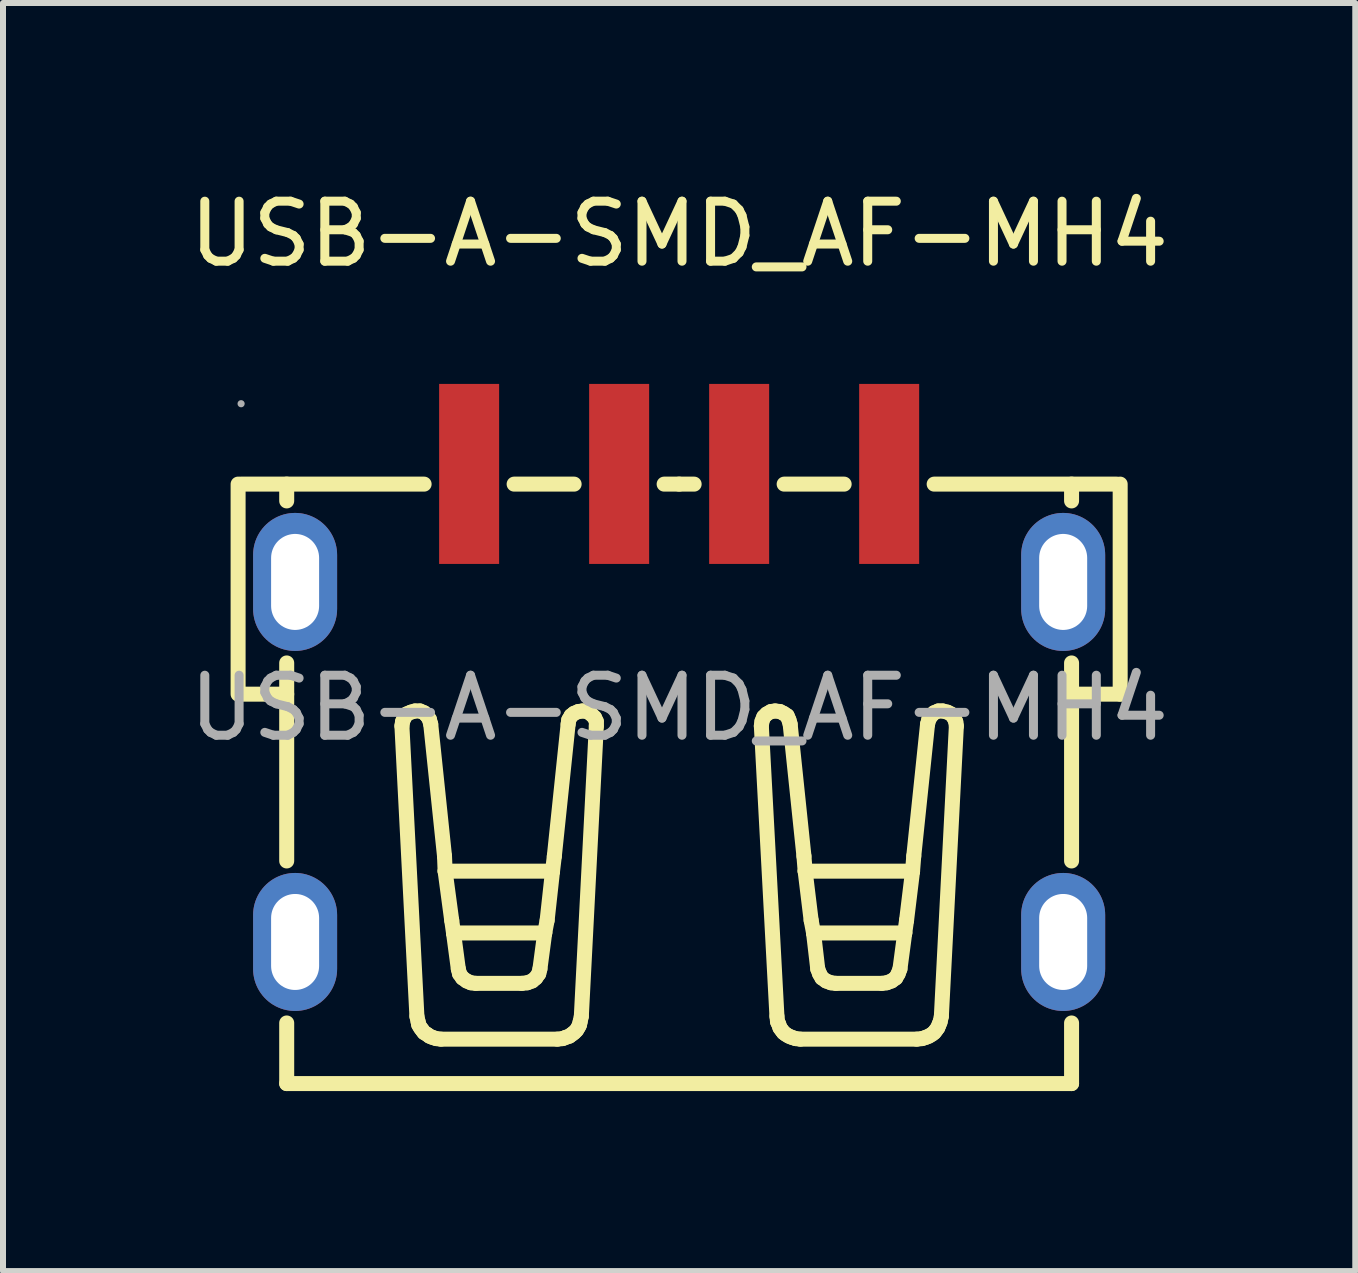
<source format=kicad_pcb>
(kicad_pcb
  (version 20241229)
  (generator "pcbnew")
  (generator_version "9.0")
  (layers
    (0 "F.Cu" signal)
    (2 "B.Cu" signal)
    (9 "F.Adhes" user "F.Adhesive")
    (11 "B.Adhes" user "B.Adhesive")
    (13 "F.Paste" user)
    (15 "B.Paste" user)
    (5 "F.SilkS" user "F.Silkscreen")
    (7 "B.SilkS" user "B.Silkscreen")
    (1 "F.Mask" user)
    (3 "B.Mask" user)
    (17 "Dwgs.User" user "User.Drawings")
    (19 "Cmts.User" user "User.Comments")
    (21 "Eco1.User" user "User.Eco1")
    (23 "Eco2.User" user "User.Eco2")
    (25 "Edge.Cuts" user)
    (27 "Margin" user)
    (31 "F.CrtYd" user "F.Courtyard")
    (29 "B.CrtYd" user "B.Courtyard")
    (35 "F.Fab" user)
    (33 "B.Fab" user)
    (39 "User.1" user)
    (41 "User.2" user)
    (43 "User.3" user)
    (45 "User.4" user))
  (footprint "USB-A-SMD_AF-MH4"
    (layer "F.Cu")
    (at 8.268 8.748)
    (property "Reference" "USB-A-SMD_AF-MH4" (at 0 -7.9 0) (layer "F.SilkS") (effects (font (size 1 1) (thickness 0.15))))
    (attr smd)
    (fp_line (start -7.35 -3.73) (end -7.35 -0.23) (stroke (width 0.25) (type solid)) (layer "F.SilkS"))
    (fp_line (start -6.54 -3.45) (end -6.54 -3.73) (stroke (width 0.25) (type solid)) (layer "F.SilkS"))
    (fp_line (start -6.54 -0.23) (end -7.3 -0.23) (stroke (width 0.25) (type solid)) (layer "F.SilkS"))
    (fp_line (start -6.54 2.55) (end -6.54 -0.75) (stroke (width 0.25) (type solid)) (layer "F.SilkS"))
    (fp_line (start -6.54 6.26) (end -6.54 5.25) (stroke (width 0.25) (type solid)) (layer "F.SilkS"))
    (fp_line (start -4.62 0.3) (end -4.61 0.23) (stroke (width 0.25) (type solid)) (layer "F.SilkS"))
    (fp_line (start -4.61 0.23) (end -4.58 0.16) (stroke (width 0.25) (type solid)) (layer "F.SilkS"))
    (fp_line (start -4.58 0.16) (end -4.54 0.1) (stroke (width 0.25) (type solid)) (layer "F.SilkS"))
    (fp_line (start -4.54 0.1) (end -4.47 0.07) (stroke (width 0.25) (type solid)) (layer "F.SilkS"))
    (fp_line (start -4.47 0.07) (end -4.4 0.05) (stroke (width 0.25) (type solid)) (layer "F.SilkS"))
    (fp_line (start -4.4 0.05) (end -4.32 0.05) (stroke (width 0.25) (type solid)) (layer "F.SilkS"))
    (fp_line (start -4.37 5.14) (end -4.62 0.3) (stroke (width 0.25) (type solid)) (layer "F.SilkS"))
    (fp_line (start -4.35 5.23) (end -4.37 5.14) (stroke (width 0.25) (type solid)) (layer "F.SilkS"))
    (fp_line (start -4.34 5.28) (end -4.35 5.23) (stroke (width 0.25) (type solid)) (layer "F.SilkS"))
    (fp_line (start -4.32 0.05) (end -4.25 0.08) (stroke (width 0.25) (type solid)) (layer "F.SilkS"))
    (fp_line (start -4.31 5.33) (end -4.34 5.28) (stroke (width 0.25) (type solid)) (layer "F.SilkS"))
    (fp_line (start -4.28 5.37) (end -4.31 5.33) (stroke (width 0.25) (type solid)) (layer "F.SilkS"))
    (fp_line (start -4.25 -3.73) (end -7.3 -3.73) (stroke (width 0.25) (type solid)) (layer "F.SilkS"))
    (fp_line (start -4.25 0.08) (end -4.2 0.13) (stroke (width 0.25) (type solid)) (layer "F.SilkS"))
    (fp_line (start -4.25 5.41) (end -4.28 5.37) (stroke (width 0.25) (type solid)) (layer "F.SilkS"))
    (fp_line (start -4.2 0.13) (end -4.16 0.19) (stroke (width 0.25) (type solid)) (layer "F.SilkS"))
    (fp_line (start -4.2 5.44) (end -4.25 5.41) (stroke (width 0.25) (type solid)) (layer "F.SilkS"))
    (fp_line (start -4.16 0.2) (end -4.14 0.27) (stroke (width 0.25) (type solid)) (layer "F.SilkS"))
    (fp_line (start -4.16 5.47) (end -4.2 5.44) (stroke (width 0.25) (type solid)) (layer "F.SilkS"))
    (fp_line (start -4.14 0.27) (end -3.91 2.47) (stroke (width 0.25) (type solid)) (layer "F.SilkS"))
    (fp_line (start -4.11 5.49) (end -4.16 5.47) (stroke (width 0.25) (type solid)) (layer "F.SilkS"))
    (fp_line (start -4.05 5.51) (end -4.11 5.49) (stroke (width 0.25) (type solid)) (layer "F.SilkS"))
    (fp_line (start -3.97 5.52) (end -4.05 5.51) (stroke (width 0.25) (type solid)) (layer "F.SilkS"))
    (fp_line (start -3.91 2.47) (end -3.9 2.72) (stroke (width 0.25) (type solid)) (layer "F.SilkS"))
    (fp_line (start -3.9 2.72) (end -3.79 3.54) (stroke (width 0.25) (type solid)) (layer "F.SilkS"))
    (fp_line (start -3.79 3.54) (end -3.76 3.75) (stroke (width 0.25) (type solid)) (layer "F.SilkS"))
    (fp_line (start -3.76 3.75) (end -3.68 4.35) (stroke (width 0.25) (type solid)) (layer "F.SilkS"))
    (fp_line (start -3.76 3.75) (end -2.24 3.75) (stroke (width 0.25) (type solid)) (layer "F.SilkS"))
    (fp_line (start -3.66 4.43) (end -3.68 4.35) (stroke (width 0.25) (type solid)) (layer "F.SilkS"))
    (fp_line (start -3.61 4.5) (end -3.66 4.43) (stroke (width 0.25) (type solid)) (layer "F.SilkS"))
    (fp_line (start -3.54 4.55) (end -3.61 4.5) (stroke (width 0.25) (type solid)) (layer "F.SilkS"))
    (fp_line (start -3.47 4.58) (end -3.54 4.55) (stroke (width 0.25) (type solid)) (layer "F.SilkS"))
    (fp_line (start -3.39 4.59) (end -3.47 4.58) (stroke (width 0.25) (type solid)) (layer "F.SilkS"))
    (fp_line (start -2.62 4.59) (end -3.39 4.59) (stroke (width 0.25) (type solid)) (layer "F.SilkS"))
    (fp_line (start -2.53 4.58) (end -2.62 4.59) (stroke (width 0.25) (type solid)) (layer "F.SilkS"))
    (fp_line (start -2.45 4.55) (end -2.53 4.58) (stroke (width 0.25) (type solid)) (layer "F.SilkS"))
    (fp_line (start -2.39 4.5) (end -2.45 4.55) (stroke (width 0.25) (type solid)) (layer "F.SilkS"))
    (fp_line (start -2.34 4.43) (end -2.39 4.5) (stroke (width 0.25) (type solid)) (layer "F.SilkS"))
    (fp_line (start -2.32 4.35) (end -2.34 4.43) (stroke (width 0.25) (type solid)) (layer "F.SilkS"))
    (fp_line (start -2.24 3.75) (end -2.32 4.35) (stroke (width 0.25) (type solid)) (layer "F.SilkS"))
    (fp_line (start -2.24 3.75) (end -2.2 3.54) (stroke (width 0.25) (type solid)) (layer "F.SilkS"))
    (fp_line (start -2.11 2.72) (end -3.9 2.72) (stroke (width 0.25) (type solid)) (layer "F.SilkS"))
    (fp_line (start -2.11 2.72) (end -2.2 3.54) (stroke (width 0.25) (type solid)) (layer "F.SilkS"))
    (fp_line (start -2.11 2.72) (end -2.08 2.47) (stroke (width 0.25) (type solid)) (layer "F.SilkS"))
    (fp_line (start -2.08 2.47) (end -1.85 0.27) (stroke (width 0.25) (type solid)) (layer "F.SilkS"))
    (fp_line (start -2.03 5.52) (end -3.97 5.52) (stroke (width 0.25) (type solid)) (layer "F.SilkS"))
    (fp_line (start -1.94 5.51) (end -2.03 5.52) (stroke (width 0.25) (type solid)) (layer "F.SilkS"))
    (fp_line (start -1.89 5.49) (end -1.94 5.51) (stroke (width 0.25) (type solid)) (layer "F.SilkS"))
    (fp_line (start -1.85 0.27) (end -1.84 0.2) (stroke (width 0.25) (type solid)) (layer "F.SilkS"))
    (fp_line (start -1.84 0.2) (end -1.8 0.13) (stroke (width 0.25) (type solid)) (layer "F.SilkS"))
    (fp_line (start -1.83 5.47) (end -1.89 5.49) (stroke (width 0.25) (type solid)) (layer "F.SilkS"))
    (fp_line (start -1.8 0.13) (end -1.75 0.09) (stroke (width 0.25) (type solid)) (layer "F.SilkS"))
    (fp_line (start -1.79 5.44) (end -1.83 5.47) (stroke (width 0.25) (type solid)) (layer "F.SilkS"))
    (fp_line (start -1.75 -3.73) (end -2.75 -3.73) (stroke (width 0.25) (type solid)) (layer "F.SilkS"))
    (fp_line (start -1.75 0.09) (end -1.68 0.06) (stroke (width 0.25) (type solid)) (layer "F.SilkS"))
    (fp_line (start -1.75 5.41) (end -1.79 5.44) (stroke (width 0.25) (type solid)) (layer "F.SilkS"))
    (fp_line (start -1.71 5.37) (end -1.75 5.41) (stroke (width 0.25) (type solid)) (layer "F.SilkS"))
    (fp_line (start -1.68 0.06) (end -1.61 0.05) (stroke (width 0.25) (type solid)) (layer "F.SilkS"))
    (fp_line (start -1.68 5.32) (end -1.71 5.37) (stroke (width 0.25) (type solid)) (layer "F.SilkS"))
    (fp_line (start -1.66 5.28) (end -1.68 5.32) (stroke (width 0.25) (type solid)) (layer "F.SilkS"))
    (fp_line (start -1.65 5.23) (end -1.66 5.28) (stroke (width 0.25) (type solid)) (layer "F.SilkS"))
    (fp_line (start -1.63 5.14) (end -1.65 5.23) (stroke (width 0.25) (type solid)) (layer "F.SilkS"))
    (fp_line (start -1.61 0.05) (end -1.53 0.06) (stroke (width 0.25) (type solid)) (layer "F.SilkS"))
    (fp_line (start -1.53 0.06) (end -1.47 0.1) (stroke (width 0.25) (type solid)) (layer "F.SilkS"))
    (fp_line (start -1.47 0.1) (end -1.41 0.16) (stroke (width 0.25) (type solid)) (layer "F.SilkS"))
    (fp_line (start -1.41 0.16) (end -1.38 0.22) (stroke (width 0.25) (type solid)) (layer "F.SilkS"))
    (fp_line (start -1.38 0.23) (end -1.38 0.3) (stroke (width 0.25) (type solid)) (layer "F.SilkS"))
    (fp_line (start -1.38 0.3) (end -1.63 5.14) (stroke (width 0.25) (type solid)) (layer "F.SilkS"))
    (fp_line (start 0 -3.73) (end -0.25 -3.73) (stroke (width 0.25) (type solid)) (layer "F.SilkS"))
    (fp_line (start 0 -3.73) (end 0.25 -3.73) (stroke (width 0.25) (type solid)) (layer "F.SilkS"))
    (fp_line (start 1.37 0.3) (end 1.63 5.14) (stroke (width 0.25) (type solid)) (layer "F.SilkS"))
    (fp_line (start 1.38 0.23) (end 1.37 0.3) (stroke (width 0.25) (type solid)) (layer "F.SilkS"))
    (fp_line (start 1.41 0.15) (end 1.38 0.22) (stroke (width 0.25) (type solid)) (layer "F.SilkS"))
    (fp_line (start 1.46 0.1) (end 1.41 0.15) (stroke (width 0.25) (type solid)) (layer "F.SilkS"))
    (fp_line (start 1.53 0.06) (end 1.46 0.1) (stroke (width 0.25) (type solid)) (layer "F.SilkS"))
    (fp_line (start 1.6 0.05) (end 1.53 0.06) (stroke (width 0.25) (type solid)) (layer "F.SilkS"))
    (fp_line (start 1.63 5.14) (end 1.64 5.23) (stroke (width 0.25) (type solid)) (layer "F.SilkS"))
    (fp_line (start 1.64 5.23) (end 1.66 5.27) (stroke (width 0.25) (type solid)) (layer "F.SilkS"))
    (fp_line (start 1.66 5.27) (end 1.68 5.33) (stroke (width 0.25) (type solid)) (layer "F.SilkS"))
    (fp_line (start 1.68 0.06) (end 1.6 0.05) (stroke (width 0.25) (type solid)) (layer "F.SilkS"))
    (fp_line (start 1.68 5.33) (end 1.71 5.37) (stroke (width 0.25) (type solid)) (layer "F.SilkS"))
    (fp_line (start 1.71 5.37) (end 1.74 5.41) (stroke (width 0.25) (type solid)) (layer "F.SilkS"))
    (fp_line (start 1.74 0.09) (end 1.68 0.06) (stroke (width 0.25) (type solid)) (layer "F.SilkS"))
    (fp_line (start 1.74 5.41) (end 1.78 5.44) (stroke (width 0.25) (type solid)) (layer "F.SilkS"))
    (fp_line (start 1.75 -3.73) (end 2.75 -3.73) (stroke (width 0.25) (type solid)) (layer "F.SilkS"))
    (fp_line (start 1.78 5.44) (end 1.83 5.47) (stroke (width 0.25) (type solid)) (layer "F.SilkS"))
    (fp_line (start 1.8 0.13) (end 1.74 0.09) (stroke (width 0.25) (type solid)) (layer "F.SilkS"))
    (fp_line (start 1.83 0.2) (end 1.8 0.13) (stroke (width 0.25) (type solid)) (layer "F.SilkS"))
    (fp_line (start 1.83 5.47) (end 1.88 5.49) (stroke (width 0.25) (type solid)) (layer "F.SilkS"))
    (fp_line (start 1.85 0.27) (end 1.83 0.2) (stroke (width 0.25) (type solid)) (layer "F.SilkS"))
    (fp_line (start 1.88 5.49) (end 1.94 5.51) (stroke (width 0.25) (type solid)) (layer "F.SilkS"))
    (fp_line (start 1.94 5.51) (end 2.02 5.52) (stroke (width 0.25) (type solid)) (layer "F.SilkS"))
    (fp_line (start 2.02 5.52) (end 3.96 5.52) (stroke (width 0.25) (type solid)) (layer "F.SilkS"))
    (fp_line (start 2.08 2.47) (end 1.85 0.27) (stroke (width 0.25) (type solid)) (layer "F.SilkS"))
    (fp_line (start 2.1 2.72) (end 2.08 2.47) (stroke (width 0.25) (type solid)) (layer "F.SilkS"))
    (fp_line (start 2.1 2.72) (end 2.2 3.54) (stroke (width 0.25) (type solid)) (layer "F.SilkS"))
    (fp_line (start 2.1 2.72) (end 3.89 2.72) (stroke (width 0.25) (type solid)) (layer "F.SilkS"))
    (fp_line (start 2.24 3.75) (end 2.2 3.54) (stroke (width 0.25) (type solid)) (layer "F.SilkS"))
    (fp_line (start 2.24 3.75) (end 2.31 4.35) (stroke (width 0.25) (type solid)) (layer "F.SilkS"))
    (fp_line (start 2.31 4.35) (end 2.34 4.43) (stroke (width 0.25) (type solid)) (layer "F.SilkS"))
    (fp_line (start 2.34 4.43) (end 2.38 4.5) (stroke (width 0.25) (type solid)) (layer "F.SilkS"))
    (fp_line (start 2.38 4.5) (end 2.45 4.55) (stroke (width 0.25) (type solid)) (layer "F.SilkS"))
    (fp_line (start 2.45 4.55) (end 2.53 4.58) (stroke (width 0.25) (type solid)) (layer "F.SilkS"))
    (fp_line (start 2.53 4.58) (end 2.61 4.59) (stroke (width 0.25) (type solid)) (layer "F.SilkS"))
    (fp_line (start 2.61 4.59) (end 3.38 4.59) (stroke (width 0.25) (type solid)) (layer "F.SilkS"))
    (fp_line (start 3.38 4.59) (end 3.46 4.58) (stroke (width 0.25) (type solid)) (layer "F.SilkS"))
    (fp_line (start 3.46 4.58) (end 3.54 4.55) (stroke (width 0.25) (type solid)) (layer "F.SilkS"))
    (fp_line (start 3.54 4.55) (end 3.61 4.5) (stroke (width 0.25) (type solid)) (layer "F.SilkS"))
    (fp_line (start 3.61 4.5) (end 3.65 4.43) (stroke (width 0.25) (type solid)) (layer "F.SilkS"))
    (fp_line (start 3.65 4.43) (end 3.68 4.35) (stroke (width 0.25) (type solid)) (layer "F.SilkS"))
    (fp_line (start 3.76 3.75) (end 2.24 3.75) (stroke (width 0.25) (type solid)) (layer "F.SilkS"))
    (fp_line (start 3.76 3.75) (end 3.68 4.35) (stroke (width 0.25) (type solid)) (layer "F.SilkS"))
    (fp_line (start 3.79 3.54) (end 3.76 3.75) (stroke (width 0.25) (type solid)) (layer "F.SilkS"))
    (fp_line (start 3.89 2.72) (end 3.79 3.54) (stroke (width 0.25) (type solid)) (layer "F.SilkS"))
    (fp_line (start 3.91 2.47) (end 3.89 2.72) (stroke (width 0.25) (type solid)) (layer "F.SilkS"))
    (fp_line (start 3.96 5.52) (end 4.05 5.51) (stroke (width 0.25) (type solid)) (layer "F.SilkS"))
    (fp_line (start 4.05 5.51) (end 4.11 5.49) (stroke (width 0.25) (type solid)) (layer "F.SilkS"))
    (fp_line (start 4.11 5.49) (end 4.16 5.47) (stroke (width 0.25) (type solid)) (layer "F.SilkS"))
    (fp_line (start 4.14 0.27) (end 3.91 2.47) (stroke (width 0.25) (type solid)) (layer "F.SilkS"))
    (fp_line (start 4.16 0.2) (end 4.14 0.27) (stroke (width 0.25) (type solid)) (layer "F.SilkS"))
    (fp_line (start 4.16 5.47) (end 4.21 5.44) (stroke (width 0.25) (type solid)) (layer "F.SilkS"))
    (fp_line (start 4.2 0.13) (end 4.16 0.19) (stroke (width 0.25) (type solid)) (layer "F.SilkS"))
    (fp_line (start 4.21 5.44) (end 4.25 5.41) (stroke (width 0.25) (type solid)) (layer "F.SilkS"))
    (fp_line (start 4.25 -3.73) (end 7.29 -3.73) (stroke (width 0.25) (type solid)) (layer "F.SilkS"))
    (fp_line (start 4.25 0.08) (end 4.2 0.13) (stroke (width 0.25) (type solid)) (layer "F.SilkS"))
    (fp_line (start 4.25 5.41) (end 4.28 5.37) (stroke (width 0.25) (type solid)) (layer "F.SilkS"))
    (fp_line (start 4.28 5.37) (end 4.31 5.33) (stroke (width 0.25) (type solid)) (layer "F.SilkS"))
    (fp_line (start 4.31 5.33) (end 4.33 5.28) (stroke (width 0.25) (type solid)) (layer "F.SilkS"))
    (fp_line (start 4.32 0.05) (end 4.25 0.08) (stroke (width 0.25) (type solid)) (layer "F.SilkS"))
    (fp_line (start 4.33 5.28) (end 4.35 5.23) (stroke (width 0.25) (type solid)) (layer "F.SilkS"))
    (fp_line (start 4.35 5.23) (end 4.37 5.14) (stroke (width 0.25) (type solid)) (layer "F.SilkS"))
    (fp_line (start 4.37 5.14) (end 4.62 0.3) (stroke (width 0.25) (type solid)) (layer "F.SilkS"))
    (fp_line (start 4.39 0.05) (end 4.32 0.05) (stroke (width 0.25) (type solid)) (layer "F.SilkS"))
    (fp_line (start 4.47 0.07) (end 4.39 0.05) (stroke (width 0.25) (type solid)) (layer "F.SilkS"))
    (fp_line (start 4.53 0.1) (end 4.47 0.07) (stroke (width 0.25) (type solid)) (layer "F.SilkS"))
    (fp_line (start 4.58 0.16) (end 4.53 0.1) (stroke (width 0.25) (type solid)) (layer "F.SilkS"))
    (fp_line (start 4.61 0.23) (end 4.58 0.16) (stroke (width 0.25) (type solid)) (layer "F.SilkS"))
    (fp_line (start 4.62 0.3) (end 4.61 0.23) (stroke (width 0.25) (type solid)) (layer "F.SilkS"))
    (fp_line (start 6.54 -3.45) (end 6.54 -3.73) (stroke (width 0.25) (type solid)) (layer "F.SilkS"))
    (fp_line (start 6.54 2.55) (end 6.54 -0.75) (stroke (width 0.25) (type solid)) (layer "F.SilkS"))
    (fp_line (start 6.54 6.26) (end -6.54 6.26) (stroke (width 0.25) (type solid)) (layer "F.SilkS"))
    (fp_line (start 6.54 6.26) (end 6.54 5.25) (stroke (width 0.25) (type solid)) (layer "F.SilkS"))
    (fp_line (start 7.35 -3.73) (end 7.35 -0.23) (stroke (width 0.25) (type solid)) (layer "F.SilkS"))
    (fp_line (start 7.35 -0.23) (end 6.54 -0.23) (stroke (width 0.25) (type solid)) (layer "F.SilkS"))
    (fp_circle (center -7.3 -5.07) (end -7.27 -5.07) (stroke (width 0.06) (type solid)) (fill no) (layer "F.Fab"))
    (fp_text user "${REFERENCE}" (at 0 0 0) (layer "F.Fab") (effects (font (size 1 1) (thickness 0.15))))
    (pad "1" smd rect (at -3.5 -3.9 180) (size 1 3) (layers "F.Cu" "F.Mask" "F.Paste"))
    (pad "2" smd rect (at -1 -3.9 180) (size 1 3) (layers "F.Cu" "F.Mask" "F.Paste"))
    (pad "3" smd rect (at 1 -3.9 180) (size 1 3) (layers "F.Cu" "F.Mask" "F.Paste"))
    (pad "4" smd rect (at 3.5 -3.9 180) (size 1 3) (layers "F.Cu" "F.Mask" "F.Paste"))
    (pad "SH1" thru_hole oval (at 6.4 -2.1 90) (size 2.3 1.4) (drill oval 1.6 0.8) (layers "*.Cu" "*.Mask"))
    (pad "SH2" thru_hole oval (at 6.4 3.9 90) (size 2.3 1.4) (drill oval 1.6 0.8) (layers "*.Cu" "*.Mask"))
    (pad "SH3" thru_hole oval (at -6.4 -2.1 270) (size 2.3 1.4) (drill oval 1.6 0.8) (layers "*.Cu" "*.Mask"))
    (pad "SH4" thru_hole oval (at -6.4 3.9 270) (size 2.3 1.4) (drill oval 1.6 0.8) (layers "*.Cu" "*.Mask")))
  (gr_rect
    (start -3 -3)
    (end 19.536 18.133)
    (stroke (width 0.1) (type default))
    (fill no)
    (layer "Edge.Cuts")))
</source>
